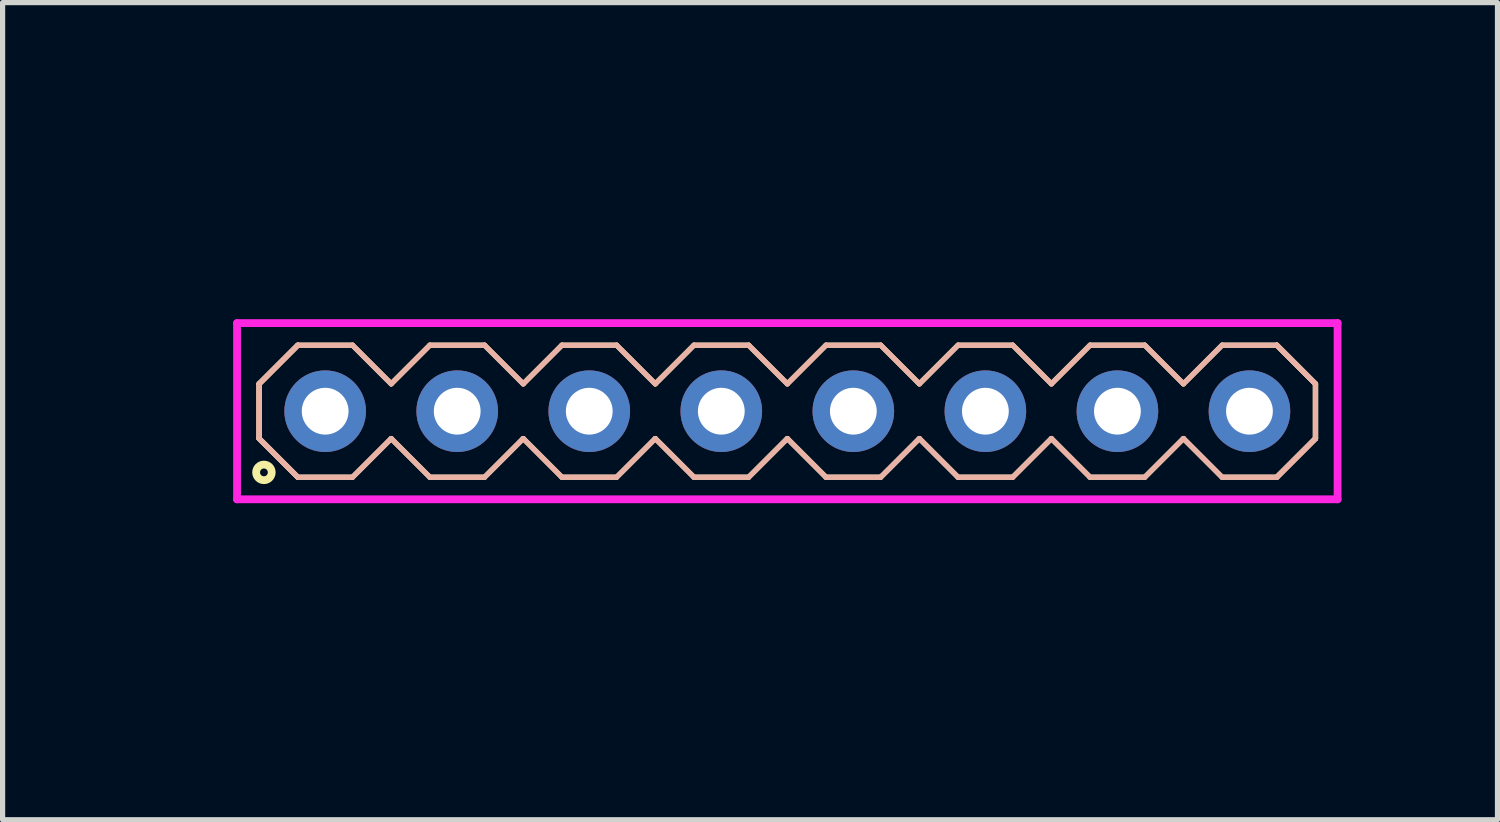
<source format=kicad_pcb>
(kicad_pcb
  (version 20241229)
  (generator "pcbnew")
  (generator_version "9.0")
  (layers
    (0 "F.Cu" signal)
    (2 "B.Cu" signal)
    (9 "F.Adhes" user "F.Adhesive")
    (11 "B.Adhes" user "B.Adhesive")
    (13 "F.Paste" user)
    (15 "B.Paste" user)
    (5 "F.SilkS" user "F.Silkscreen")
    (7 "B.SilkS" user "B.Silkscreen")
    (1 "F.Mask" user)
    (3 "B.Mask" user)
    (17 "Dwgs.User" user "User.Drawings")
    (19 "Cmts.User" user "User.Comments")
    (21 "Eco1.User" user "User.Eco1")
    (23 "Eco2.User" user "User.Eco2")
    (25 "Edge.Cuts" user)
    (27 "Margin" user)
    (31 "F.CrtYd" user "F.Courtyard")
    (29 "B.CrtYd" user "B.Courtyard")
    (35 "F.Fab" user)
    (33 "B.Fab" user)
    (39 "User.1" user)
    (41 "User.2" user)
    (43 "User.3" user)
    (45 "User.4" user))
  (footprint "HDR254P8x1"
    (layer "F.Cu")
    (at 12.095 4.86)
    (property "Reference" "HDR254P8x1" (at -11.335 0 90) (layer "User.1") (effects (font (size 1 1) (thickness 0.1))))
    (attr through_hole)
    (fp_line (start -10.16 -0.526) (end -9.416 -1.27) (stroke (width 0.1) (type solid)) (layer "F.SilkS"))
    (fp_line (start -10.16 -0.526) (end -9.416 -1.27) (stroke (width 0.1) (type solid)) (layer "F.SilkS"))
    (fp_line (start -10.16 0.526) (end -10.16 -0.526) (stroke (width 0.1) (type solid)) (layer "F.SilkS"))
    (fp_line (start -10.16 0.526) (end -10.16 -0.526) (stroke (width 0.1) (type solid)) (layer "F.SilkS"))
    (fp_line (start -9.416 -1.27) (end -8.364 -1.27) (stroke (width 0.1) (type solid)) (layer "F.SilkS"))
    (fp_line (start -9.416 1.27) (end -10.16 0.526) (stroke (width 0.1) (type solid)) (layer "F.SilkS"))
    (fp_line (start -9.416 1.27) (end -10.16 0.526) (stroke (width 0.1) (type solid)) (layer "F.SilkS"))
    (fp_line (start -8.364 -1.27) (end -7.62 -0.526) (stroke (width 0.1) (type solid)) (layer "F.SilkS"))
    (fp_line (start -8.364 1.27) (end -9.416 1.27) (stroke (width 0.1) (type solid)) (layer "F.SilkS"))
    (fp_line (start -7.62 -0.526) (end -6.876 -1.27) (stroke (width 0.1) (type solid)) (layer "F.SilkS"))
    (fp_line (start -7.62 0.526) (end -8.364 1.27) (stroke (width 0.1) (type solid)) (layer "F.SilkS"))
    (fp_line (start -6.876 -1.27) (end -5.824 -1.27) (stroke (width 0.1) (type solid)) (layer "F.SilkS"))
    (fp_line (start -6.876 1.27) (end -7.62 0.526) (stroke (width 0.1) (type solid)) (layer "F.SilkS"))
    (fp_line (start -5.824 -1.27) (end -5.08 -0.526) (stroke (width 0.1) (type solid)) (layer "F.SilkS"))
    (fp_line (start -5.824 1.27) (end -6.876 1.27) (stroke (width 0.1) (type solid)) (layer "F.SilkS"))
    (fp_line (start -5.08 -0.526) (end -4.336 -1.27) (stroke (width 0.1) (type solid)) (layer "F.SilkS"))
    (fp_line (start -5.08 0.526) (end -5.824 1.27) (stroke (width 0.1) (type solid)) (layer "F.SilkS"))
    (fp_line (start -4.336 -1.27) (end -3.284 -1.27) (stroke (width 0.1) (type solid)) (layer "F.SilkS"))
    (fp_line (start -4.336 1.27) (end -5.08 0.526) (stroke (width 0.1) (type solid)) (layer "F.SilkS"))
    (fp_line (start -3.284 -1.27) (end -2.54 -0.526) (stroke (width 0.1) (type solid)) (layer "F.SilkS"))
    (fp_line (start -3.284 1.27) (end -4.336 1.27) (stroke (width 0.1) (type solid)) (layer "F.SilkS"))
    (fp_line (start -2.54 -0.526) (end -1.796 -1.27) (stroke (width 0.1) (type solid)) (layer "F.SilkS"))
    (fp_line (start -2.54 0.526) (end -3.284 1.27) (stroke (width 0.1) (type solid)) (layer "F.SilkS"))
    (fp_line (start -1.796 -1.27) (end -0.744 -1.27) (stroke (width 0.1) (type solid)) (layer "F.SilkS"))
    (fp_line (start -1.796 1.27) (end -2.54 0.526) (stroke (width 0.1) (type solid)) (layer "F.SilkS"))
    (fp_line (start -0.744 -1.27) (end 0 -0.526) (stroke (width 0.1) (type solid)) (layer "F.SilkS"))
    (fp_line (start -0.744 1.27) (end -1.796 1.27) (stroke (width 0.1) (type solid)) (layer "F.SilkS"))
    (fp_line (start 0 -0.526) (end 0.744 -1.27) (stroke (width 0.1) (type solid)) (layer "F.SilkS"))
    (fp_line (start 0 0.526) (end -0.744 1.27) (stroke (width 0.1) (type solid)) (layer "F.SilkS"))
    (fp_line (start 0.744 -1.27) (end 1.796 -1.27) (stroke (width 0.1) (type solid)) (layer "F.SilkS"))
    (fp_line (start 0.744 1.27) (end 0 0.526) (stroke (width 0.1) (type solid)) (layer "F.SilkS"))
    (fp_line (start 1.796 -1.27) (end 2.54 -0.526) (stroke (width 0.1) (type solid)) (layer "F.SilkS"))
    (fp_line (start 1.796 1.27) (end 0.744 1.27) (stroke (width 0.1) (type solid)) (layer "F.SilkS"))
    (fp_line (start 2.54 -0.526) (end 3.284 -1.27) (stroke (width 0.1) (type solid)) (layer "F.SilkS"))
    (fp_line (start 2.54 0.526) (end 1.796 1.27) (stroke (width 0.1) (type solid)) (layer "F.SilkS"))
    (fp_line (start 3.284 -1.27) (end 4.336 -1.27) (stroke (width 0.1) (type solid)) (layer "F.SilkS"))
    (fp_line (start 3.284 1.27) (end 2.54 0.526) (stroke (width 0.1) (type solid)) (layer "F.SilkS"))
    (fp_line (start 4.336 -1.27) (end 5.08 -0.526) (stroke (width 0.1) (type solid)) (layer "F.SilkS"))
    (fp_line (start 4.336 1.27) (end 3.284 1.27) (stroke (width 0.1) (type solid)) (layer "F.SilkS"))
    (fp_line (start 5.08 -0.526) (end 5.824 -1.27) (stroke (width 0.1) (type solid)) (layer "F.SilkS"))
    (fp_line (start 5.08 0.526) (end 4.336 1.27) (stroke (width 0.1) (type solid)) (layer "F.SilkS"))
    (fp_line (start 5.824 -1.27) (end 6.876 -1.27) (stroke (width 0.1) (type solid)) (layer "F.SilkS"))
    (fp_line (start 5.824 1.27) (end 5.08 0.526) (stroke (width 0.1) (type solid)) (layer "F.SilkS"))
    (fp_line (start 6.876 -1.27) (end 7.62 -0.526) (stroke (width 0.1) (type solid)) (layer "F.SilkS"))
    (fp_line (start 6.876 1.27) (end 5.824 1.27) (stroke (width 0.1) (type solid)) (layer "F.SilkS"))
    (fp_line (start 7.62 -0.526) (end 8.364 -1.27) (stroke (width 0.1) (type solid)) (layer "F.SilkS"))
    (fp_line (start 7.62 0.526) (end 6.876 1.27) (stroke (width 0.1) (type solid)) (layer "F.SilkS"))
    (fp_line (start 8.364 -1.27) (end 9.416 -1.27) (stroke (width 0.1) (type solid)) (layer "F.SilkS"))
    (fp_line (start 8.364 1.27) (end 7.62 0.526) (stroke (width 0.1) (type solid)) (layer "F.SilkS"))
    (fp_line (start 9.416 -1.27) (end 10.16 -0.526) (stroke (width 0.1) (type solid)) (layer "F.SilkS"))
    (fp_line (start 9.416 -1.27) (end 10.16 -0.526) (stroke (width 0.1) (type solid)) (layer "F.SilkS"))
    (fp_line (start 9.416 1.27) (end 8.364 1.27) (stroke (width 0.1) (type solid)) (layer "F.SilkS"))
    (fp_line (start 10.16 -0.526) (end 10.16 0.526) (stroke (width 0.1) (type solid)) (layer "F.SilkS"))
    (fp_line (start 10.16 -0.526) (end 10.16 0.526) (stroke (width 0.1) (type solid)) (layer "F.SilkS"))
    (fp_line (start 10.16 0.526) (end 9.416 1.27) (stroke (width 0.1) (type solid)) (layer "F.SilkS"))
    (fp_line (start 10.16 0.526) (end 9.416 1.27) (stroke (width 0.1) (type solid)) (layer "F.SilkS"))
    (fp_circle (center -10.068 1.177) (end -9.918 1.177) (stroke (width 0.15) (type solid)) (fill no) (layer "F.SilkS"))
    (fp_line (start -10.16 -0.526) (end -9.416 -1.27) (stroke (width 0.1) (type solid)) (layer "B.SilkS"))
    (fp_line (start -10.16 -0.526) (end -9.416 -1.27) (stroke (width 0.1) (type solid)) (layer "B.SilkS"))
    (fp_line (start -10.16 0.526) (end -10.16 -0.526) (stroke (width 0.1) (type solid)) (layer "B.SilkS"))
    (fp_line (start -10.16 0.526) (end -10.16 -0.526) (stroke (width 0.1) (type solid)) (layer "B.SilkS"))
    (fp_line (start -9.416 -1.27) (end -8.364 -1.27) (stroke (width 0.1) (type solid)) (layer "B.SilkS"))
    (fp_line (start -9.416 1.27) (end -10.16 0.526) (stroke (width 0.1) (type solid)) (layer "B.SilkS"))
    (fp_line (start -9.416 1.27) (end -10.16 0.526) (stroke (width 0.1) (type solid)) (layer "B.SilkS"))
    (fp_line (start -8.364 -1.27) (end -7.62 -0.526) (stroke (width 0.1) (type solid)) (layer "B.SilkS"))
    (fp_line (start -8.364 1.27) (end -9.416 1.27) (stroke (width 0.1) (type solid)) (layer "B.SilkS"))
    (fp_line (start -7.62 -0.526) (end -6.876 -1.27) (stroke (width 0.1) (type solid)) (layer "B.SilkS"))
    (fp_line (start -7.62 0.526) (end -8.364 1.27) (stroke (width 0.1) (type solid)) (layer "B.SilkS"))
    (fp_line (start -6.876 -1.27) (end -5.824 -1.27) (stroke (width 0.1) (type solid)) (layer "B.SilkS"))
    (fp_line (start -6.876 1.27) (end -7.62 0.526) (stroke (width 0.1) (type solid)) (layer "B.SilkS"))
    (fp_line (start -5.824 -1.27) (end -5.08 -0.526) (stroke (width 0.1) (type solid)) (layer "B.SilkS"))
    (fp_line (start -5.824 1.27) (end -6.876 1.27) (stroke (width 0.1) (type solid)) (layer "B.SilkS"))
    (fp_line (start -5.08 -0.526) (end -4.336 -1.27) (stroke (width 0.1) (type solid)) (layer "B.SilkS"))
    (fp_line (start -5.08 0.526) (end -5.824 1.27) (stroke (width 0.1) (type solid)) (layer "B.SilkS"))
    (fp_line (start -4.336 -1.27) (end -3.284 -1.27) (stroke (width 0.1) (type solid)) (layer "B.SilkS"))
    (fp_line (start -4.336 1.27) (end -5.08 0.526) (stroke (width 0.1) (type solid)) (layer "B.SilkS"))
    (fp_line (start -3.284 -1.27) (end -2.54 -0.526) (stroke (width 0.1) (type solid)) (layer "B.SilkS"))
    (fp_line (start -3.284 1.27) (end -4.336 1.27) (stroke (width 0.1) (type solid)) (layer "B.SilkS"))
    (fp_line (start -2.54 -0.526) (end -1.796 -1.27) (stroke (width 0.1) (type solid)) (layer "B.SilkS"))
    (fp_line (start -2.54 0.526) (end -3.284 1.27) (stroke (width 0.1) (type solid)) (layer "B.SilkS"))
    (fp_line (start -1.796 -1.27) (end -0.744 -1.27) (stroke (width 0.1) (type solid)) (layer "B.SilkS"))
    (fp_line (start -1.796 1.27) (end -2.54 0.526) (stroke (width 0.1) (type solid)) (layer "B.SilkS"))
    (fp_line (start -0.744 -1.27) (end 0 -0.526) (stroke (width 0.1) (type solid)) (layer "B.SilkS"))
    (fp_line (start -0.744 1.27) (end -1.796 1.27) (stroke (width 0.1) (type solid)) (layer "B.SilkS"))
    (fp_line (start 0 -0.526) (end 0.744 -1.27) (stroke (width 0.1) (type solid)) (layer "B.SilkS"))
    (fp_line (start 0 0.526) (end -0.744 1.27) (stroke (width 0.1) (type solid)) (layer "B.SilkS"))
    (fp_line (start 0.744 -1.27) (end 1.796 -1.27) (stroke (width 0.1) (type solid)) (layer "B.SilkS"))
    (fp_line (start 0.744 1.27) (end 0 0.526) (stroke (width 0.1) (type solid)) (layer "B.SilkS"))
    (fp_line (start 1.796 -1.27) (end 2.54 -0.526) (stroke (width 0.1) (type solid)) (layer "B.SilkS"))
    (fp_line (start 1.796 1.27) (end 0.744 1.27) (stroke (width 0.1) (type solid)) (layer "B.SilkS"))
    (fp_line (start 2.54 -0.526) (end 3.284 -1.27) (stroke (width 0.1) (type solid)) (layer "B.SilkS"))
    (fp_line (start 2.54 0.526) (end 1.796 1.27) (stroke (width 0.1) (type solid)) (layer "B.SilkS"))
    (fp_line (start 3.284 -1.27) (end 4.336 -1.27) (stroke (width 0.1) (type solid)) (layer "B.SilkS"))
    (fp_line (start 3.284 1.27) (end 2.54 0.526) (stroke (width 0.1) (type solid)) (layer "B.SilkS"))
    (fp_line (start 4.336 -1.27) (end 5.08 -0.526) (stroke (width 0.1) (type solid)) (layer "B.SilkS"))
    (fp_line (start 4.336 1.27) (end 3.284 1.27) (stroke (width 0.1) (type solid)) (layer "B.SilkS"))
    (fp_line (start 5.08 -0.526) (end 5.824 -1.27) (stroke (width 0.1) (type solid)) (layer "B.SilkS"))
    (fp_line (start 5.08 0.526) (end 4.336 1.27) (stroke (width 0.1) (type solid)) (layer "B.SilkS"))
    (fp_line (start 5.824 -1.27) (end 6.876 -1.27) (stroke (width 0.1) (type solid)) (layer "B.SilkS"))
    (fp_line (start 5.824 1.27) (end 5.08 0.526) (stroke (width 0.1) (type solid)) (layer "B.SilkS"))
    (fp_line (start 6.876 -1.27) (end 7.62 -0.526) (stroke (width 0.1) (type solid)) (layer "B.SilkS"))
    (fp_line (start 6.876 1.27) (end 5.824 1.27) (stroke (width 0.1) (type solid)) (layer "B.SilkS"))
    (fp_line (start 7.62 -0.526) (end 8.364 -1.27) (stroke (width 0.1) (type solid)) (layer "B.SilkS"))
    (fp_line (start 7.62 0.526) (end 6.876 1.27) (stroke (width 0.1) (type solid)) (layer "B.SilkS"))
    (fp_line (start 8.364 -1.27) (end 9.416 -1.27) (stroke (width 0.1) (type solid)) (layer "B.SilkS"))
    (fp_line (start 8.364 1.27) (end 7.62 0.526) (stroke (width 0.1) (type solid)) (layer "B.SilkS"))
    (fp_line (start 9.416 -1.27) (end 10.16 -0.526) (stroke (width 0.1) (type solid)) (layer "B.SilkS"))
    (fp_line (start 9.416 -1.27) (end 10.16 -0.526) (stroke (width 0.1) (type solid)) (layer "B.SilkS"))
    (fp_line (start 9.416 1.27) (end 8.364 1.27) (stroke (width 0.1) (type solid)) (layer "B.SilkS"))
    (fp_line (start 10.16 -0.526) (end 10.16 0.526) (stroke (width 0.1) (type solid)) (layer "B.SilkS"))
    (fp_line (start 10.16 -0.526) (end 10.16 0.526) (stroke (width 0.1) (type solid)) (layer "B.SilkS"))
    (fp_line (start 10.16 0.526) (end 9.416 1.27) (stroke (width 0.1) (type solid)) (layer "B.SilkS"))
    (fp_line (start 10.16 0.526) (end 9.416 1.27) (stroke (width 0.1) (type solid)) (layer "B.SilkS"))
    (fp_line (start -10.585 -1.695) (end -10.585 1.695) (stroke (width 0.15) (type solid)) (layer "F.CrtYd"))
    (fp_line (start -10.585 1.695) (end 10.585 1.695) (stroke (width 0.15) (type solid)) (layer "F.CrtYd"))
    (fp_line (start 10.585 -1.695) (end -10.585 -1.695) (stroke (width 0.15) (type solid)) (layer "F.CrtYd"))
    (fp_line (start 10.585 1.695) (end 10.585 -1.695) (stroke (width 0.15) (type solid)) (layer "F.CrtYd"))
    (pad "1" thru_hole oval (at -8.89 0) (size 1.57 1.57) (drill 0.9) (layers "*.Cu" "*.Mask"))
    (pad "2" thru_hole oval (at -6.35 0) (size 1.57 1.57) (drill 0.9) (layers "*.Cu" "*.Mask"))
    (pad "3" thru_hole oval (at -3.81 0) (size 1.57 1.57) (drill 0.9) (layers "*.Cu" "*.Mask"))
    (pad "4" thru_hole oval (at -1.27 0) (size 1.57 1.57) (drill 0.9) (layers "*.Cu" "*.Mask"))
    (pad "5" thru_hole oval (at 1.27 0) (size 1.57 1.57) (drill 0.9) (layers "*.Cu" "*.Mask"))
    (pad "6" thru_hole oval (at 3.81 0) (size 1.57 1.57) (drill 0.9) (layers "*.Cu" "*.Mask"))
    (pad "7" thru_hole oval (at 6.35 0) (size 1.57 1.57) (drill 0.9) (layers "*.Cu" "*.Mask"))
    (pad "8" thru_hole oval (at 8.89 0) (size 1.57 1.57) (drill 0.9) (layers "*.Cu" "*.Mask")))
  (gr_rect
    (start -3 -3)
    (end 25.756 12.719)
    (stroke (width 0.1) (type default))
    (fill no)
    (layer "Edge.Cuts")))
</source>
